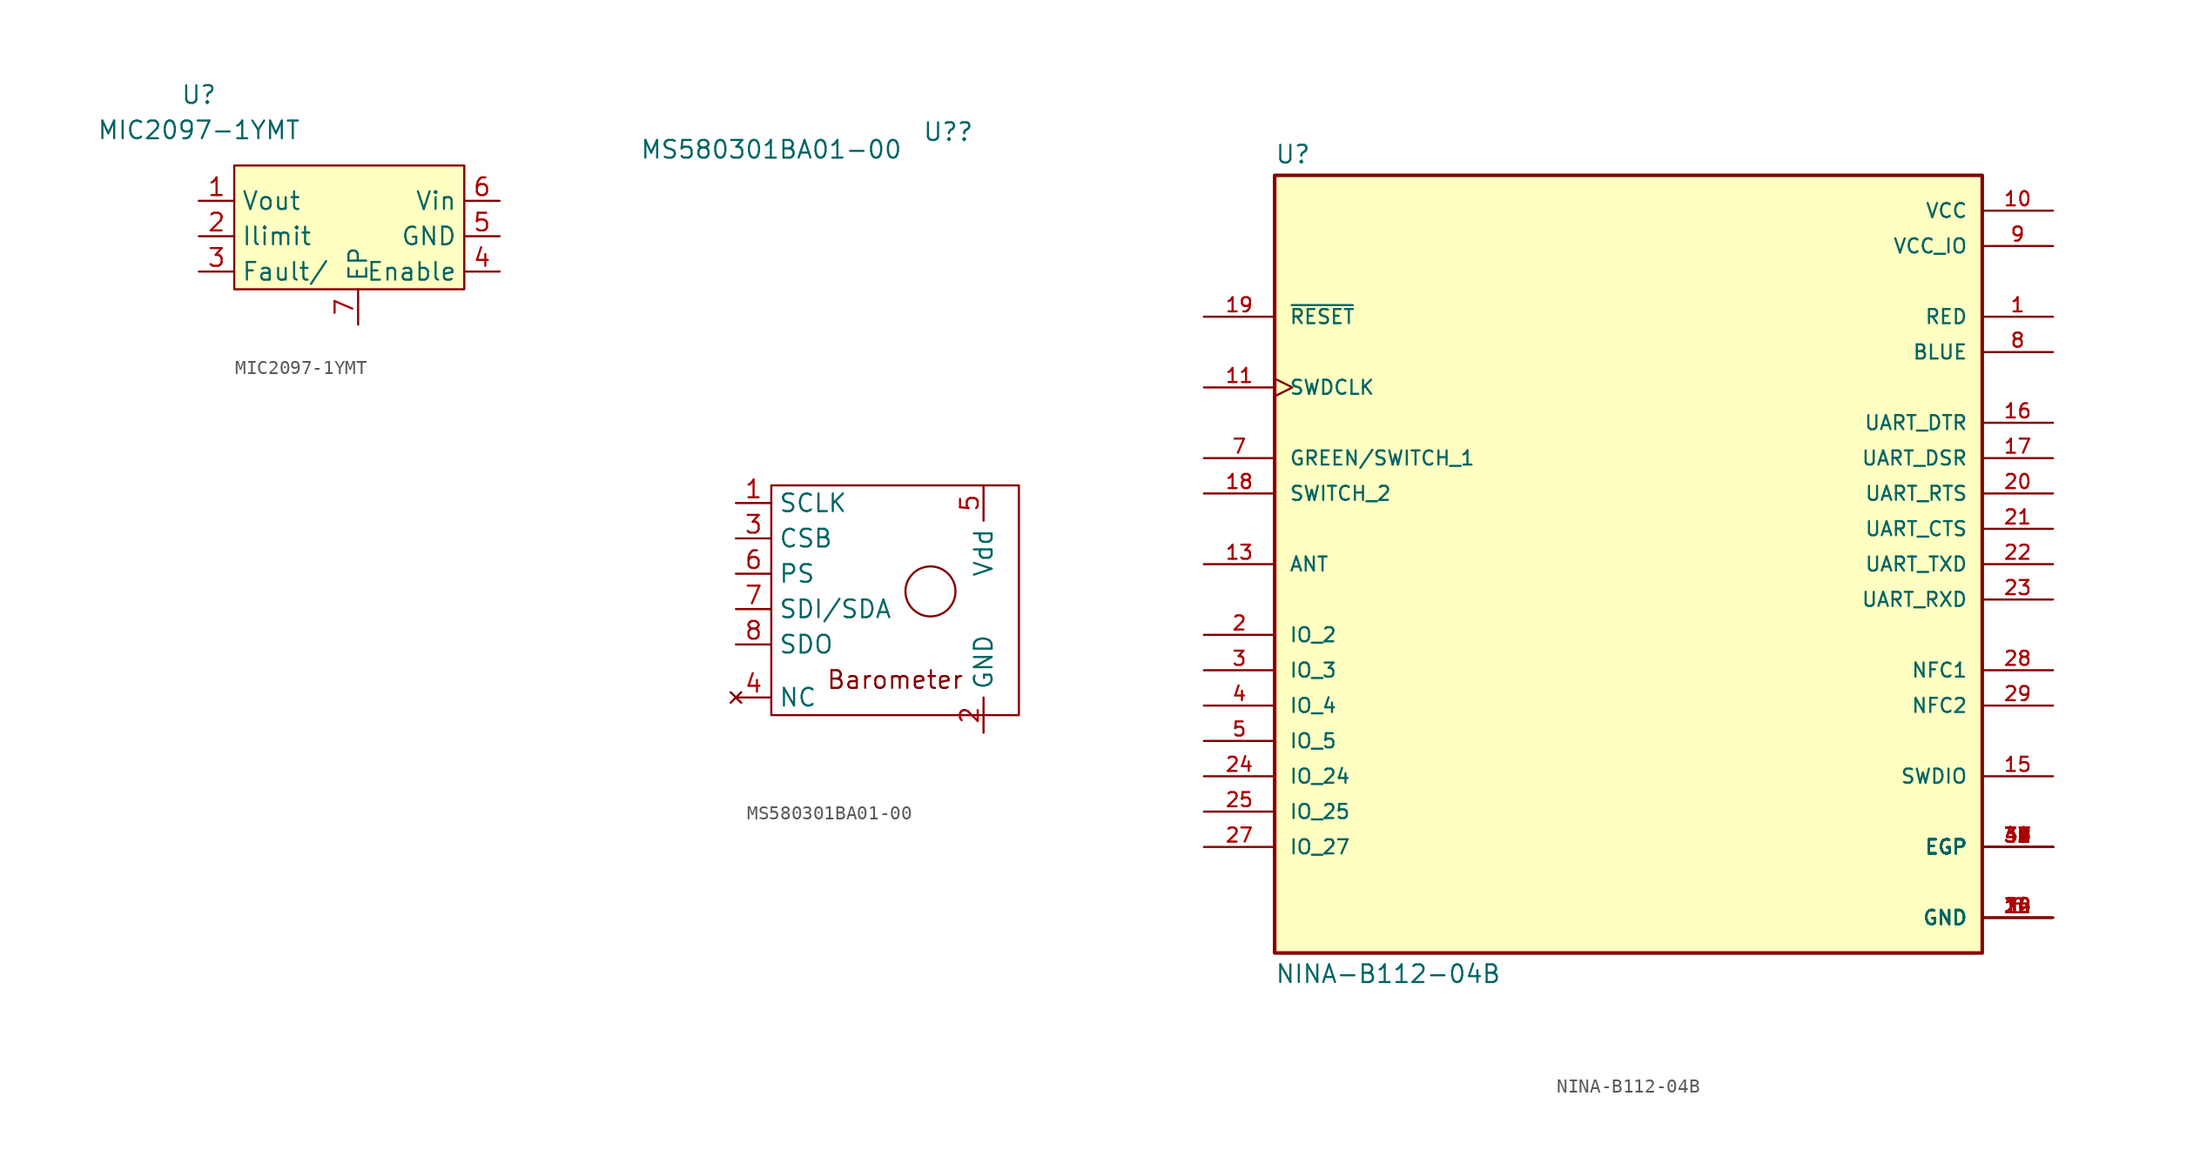
<source format=kicad_sym>
(kicad_symbol_lib
  (version 20220914)
  (generator kicad_symbol_editor)
  (symbol "MIC2097-1YMT"
    (property "Reference" "U"
      (at 0 7.62 0)
      (effects (font (size 1.27 1.27))))
    (property "Value" "MIC2097-1YMT"
      (at 0 5.08 0)
      (effects (font (size 1.27 1.27))))
    (symbol "MIC2097-1YMT_0_1"
      (rectangle (start 2.54 2.54) (end 19.05 -6.35) (stroke (width 0) (type default)) (fill (type background))))
    (symbol "MIC2097-1YMT_1_1"
      (pin input line (at 0 0 0) (length 2.54) (name "Vout" (effects (font (size 1.27 1.27)))) (number "1" (effects (font (size 1.27 1.27)))))
      (pin input line (at 0 -2.54 0) (length 2.54) (name "Ilimit" (effects (font (size 1.27 1.27)))) (number "2" (effects (font (size 1.27 1.27)))))
      (pin input line (at 0 -5.08 0) (length 2.54) (name "Fault/" (effects (font (size 1.27 1.27)))) (number "3" (effects (font (size 1.27 1.27)))))
      (pin input line (at 21.59 -5.08 180) (length 2.54) (name "Enable" (effects (font (size 1.27 1.27)))) (number "4" (effects (font (size 1.27 1.27)))))
      (pin input line (at 21.59 -2.54 180) (length 2.54) (name "GND" (effects (font (size 1.27 1.27)))) (number "5" (effects (font (size 1.27 1.27)))))
      (pin input line (at 21.59 0 180) (length 2.54) (name "Vin" (effects (font (size 1.27 1.27)))) (number "6" (effects (font (size 1.27 1.27)))))
      (pin input line (at 11.43 -8.89 90) (length 2.54) (name "EP" (effects (font (size 1.27 1.27)))) (number "7" (effects (font (size 1.27 1.27)))))))
  (symbol "MS580301BA01-00"
    (property "Reference" "U?"
      (at 12.7 25.4 0)
      (effects (font (size 1.27 1.27))))
    (property "Value" "MS580301BA01-00"
      (at 0 24.13 0)
      (effects (font (size 1.27 1.27))))
    (symbol "MS580301BA01-00_0_0"
      (text "Barometer" (at 8.89 -13.97 0) (effects (font (size 1.27 1.27)))))
    (symbol "MS580301BA01-00_0_1"
      (rectangle (start 0 0) (end 17.78 -16.51) (stroke (width 0) (type default)) (fill (type none)))
      (circle (center 11.43 -7.62) (radius 1.796) (stroke (width 0) (type default)) (fill (type none))))
    (symbol "MS580301BA01-00_1_1"
      (pin input line (at -2.54 -1.27 0) (length 2.54) (name "SCLK" (effects (font (size 1.27 1.27)))) (number "1" (effects (font (size 1.27 1.27)))))
      (pin power_out line (at 15.24 -17.78 90) (length 2.54) (name "GND" (effects (font (size 1.27 1.27)))) (number "2" (effects (font (size 1.27 1.27)))))
      (pin input line (at -2.54 -3.81 0) (length 2.54) (name "CSB" (effects (font (size 1.27 1.27)))) (number "3" (effects (font (size 1.27 1.27)))))
      (pin no_connect line (at -2.54 -15.24 0) (length 2.54) (name "NC" (effects (font (size 1.27 1.27)))) (number "4" (effects (font (size 1.27 1.27)))))
      (pin power_in line (at 15.24 0 270) (length 2.54) (name "Vdd" (effects (font (size 1.27 1.27)))) (number "5" (effects (font (size 1.27 1.27)))))
      (pin input line (at -2.54 -6.35 0) (length 2.54) (name "PS" (effects (font (size 1.27 1.27)))) (number "6" (effects (font (size 1.27 1.27)))))
      (pin input line (at -2.54 -8.89 0) (length 2.54) (name "SDI/SDA" (effects (font (size 1.27 1.27)))) (number "7" (effects (font (size 1.27 1.27)))))
      (pin output line (at -2.54 -11.43 0) (length 2.54) (name "SDO" (effects (font (size 1.27 1.27)))) (number "8" (effects (font (size 1.27 1.27)))))))
  (symbol "NINA-B112-04B"
    (pin_names
      (offset 1.016))
    (property "Reference" "U"
      (at -25.4 28.702 0)
      (effects (font (size 1.27 1.27)) (justify left bottom)))
    (property "Value" "NINA-B112-04B"
      (at -25.4 -28.702 0)
      (effects (font (size 1.27 1.27)) (justify left top)))
    (symbol "NINA-B112-04B_0_0"
      (rectangle (start -25.4 -27.94) (end 25.4 27.94) (stroke (width 0.254) (type default)) (fill (type background)))
      (pin output line (at 30.48 17.78 180) (length 5.08) (name "RED" (effects (font (size 1.016 1.016)))) (number "1" (effects (font (size 1.016 1.016)))))
      (pin power_in line (at 30.48 25.4 180) (length 5.08) (name "VCC" (effects (font (size 1.016 1.016)))) (number "10" (effects (font (size 1.016 1.016)))))
      (pin input clock (at -30.48 12.7 0) (length 5.08) (name "SWDCLK" (effects (font (size 1.016 1.016)))) (number "11" (effects (font (size 1.016 1.016)))))
      (pin power_in line (at 30.48 -25.4 180) (length 5.08) (name "GND" (effects (font (size 1.016 1.016)))) (number "12" (effects (font (size 1.016 1.016)))))
      (pin bidirectional line (at -30.48 0 0) (length 5.08) (name "ANT" (effects (font (size 1.016 1.016)))) (number "13" (effects (font (size 1.016 1.016)))))
      (pin power_in line (at 30.48 -25.4 180) (length 5.08) (name "GND" (effects (font (size 1.016 1.016)))) (number "14" (effects (font (size 1.016 1.016)))))
      (pin bidirectional line (at 30.48 -15.24 180) (length 5.08) (name "SWDIO" (effects (font (size 1.016 1.016)))) (number "15" (effects (font (size 1.016 1.016)))))
      (pin output line (at 30.48 10.16 180) (length 5.08) (name "UART_DTR" (effects (font (size 1.016 1.016)))) (number "16" (effects (font (size 1.016 1.016)))))
      (pin input line (at 30.48 7.62 180) (length 5.08) (name "UART_DSR" (effects (font (size 1.016 1.016)))) (number "17" (effects (font (size 1.016 1.016)))))
      (pin input line (at -30.48 5.08 0) (length 5.08) (name "SWITCH_2" (effects (font (size 1.016 1.016)))) (number "18" (effects (font (size 1.016 1.016)))))
      (pin input line (at -30.48 17.78 0) (length 5.08) (name "~{RESET}" (effects (font (size 1.016 1.016)))) (number "19" (effects (font (size 1.016 1.016)))))
      (pin bidirectional line (at -30.48 -5.08 0) (length 5.08) (name "IO_2" (effects (font (size 1.016 1.016)))) (number "2" (effects (font (size 1.016 1.016)))))
      (pin output line (at 30.48 5.08 180) (length 5.08) (name "UART_RTS" (effects (font (size 1.016 1.016)))) (number "20" (effects (font (size 1.016 1.016)))))
      (pin input line (at 30.48 2.54 180) (length 5.08) (name "UART_CTS" (effects (font (size 1.016 1.016)))) (number "21" (effects (font (size 1.016 1.016)))))
      (pin output line (at 30.48 0 180) (length 5.08) (name "UART_TXD" (effects (font (size 1.016 1.016)))) (number "22" (effects (font (size 1.016 1.016)))))
      (pin input line (at 30.48 -2.54 180) (length 5.08) (name "UART_RXD" (effects (font (size 1.016 1.016)))) (number "23" (effects (font (size 1.016 1.016)))))
      (pin bidirectional line (at -30.48 -15.24 0) (length 5.08) (name "IO_24" (effects (font (size 1.016 1.016)))) (number "24" (effects (font (size 1.016 1.016)))))
      (pin bidirectional line (at -30.48 -17.78 0) (length 5.08) (name "IO_25" (effects (font (size 1.016 1.016)))) (number "25" (effects (font (size 1.016 1.016)))))
      (pin power_in line (at 30.48 -25.4 180) (length 5.08) (name "GND" (effects (font (size 1.016 1.016)))) (number "26" (effects (font (size 1.016 1.016)))))
      (pin bidirectional line (at -30.48 -20.32 0) (length 5.08) (name "IO_27" (effects (font (size 1.016 1.016)))) (number "27" (effects (font (size 1.016 1.016)))))
      (pin bidirectional line (at 30.48 -7.62 180) (length 5.08) (name "NFC1" (effects (font (size 1.016 1.016)))) (number "28" (effects (font (size 1.016 1.016)))))
      (pin bidirectional line (at 30.48 -10.16 180) (length 5.08) (name "NFC2" (effects (font (size 1.016 1.016)))) (number "29" (effects (font (size 1.016 1.016)))))
      (pin bidirectional line (at -30.48 -7.62 0) (length 5.08) (name "IO_3" (effects (font (size 1.016 1.016)))) (number "3" (effects (font (size 1.016 1.016)))))
      (pin power_in line (at 30.48 -25.4 180) (length 5.08) (name "GND" (effects (font (size 1.016 1.016)))) (number "30" (effects (font (size 1.016 1.016)))))
      (pin passive line (at 30.48 -20.32 180) (length 5.08) (name "EGP" (effects (font (size 1.016 1.016)))) (number "31" (effects (font (size 1.016 1.016)))))
      (pin passive line (at 30.48 -20.32 180) (length 5.08) (name "EGP" (effects (font (size 1.016 1.016)))) (number "32" (effects (font (size 1.016 1.016)))))
      (pin passive line (at 30.48 -20.32 180) (length 5.08) (name "EGP" (effects (font (size 1.016 1.016)))) (number "33" (effects (font (size 1.016 1.016)))))
      (pin passive line (at 30.48 -20.32 180) (length 5.08) (name "EGP" (effects (font (size 1.016 1.016)))) (number "34" (effects (font (size 1.016 1.016)))))
      (pin passive line (at 30.48 -20.32 180) (length 5.08) (name "EGP" (effects (font (size 1.016 1.016)))) (number "35" (effects (font (size 1.016 1.016)))))
      (pin passive line (at 30.48 -20.32 180) (length 5.08) (name "EGP" (effects (font (size 1.016 1.016)))) (number "36" (effects (font (size 1.016 1.016)))))
      (pin passive line (at 30.48 -20.32 180) (length 5.08) (name "EGP" (effects (font (size 1.016 1.016)))) (number "37" (effects (font (size 1.016 1.016)))))
      (pin passive line (at 30.48 -20.32 180) (length 5.08) (name "EGP" (effects (font (size 1.016 1.016)))) (number "38" (effects (font (size 1.016 1.016)))))
      (pin passive line (at 30.48 -20.32 180) (length 5.08) (name "EGP" (effects (font (size 1.016 1.016)))) (number "39" (effects (font (size 1.016 1.016)))))
      (pin bidirectional line (at -30.48 -10.16 0) (length 5.08) (name "IO_4" (effects (font (size 1.016 1.016)))) (number "4" (effects (font (size 1.016 1.016)))))
      (pin passive line (at 30.48 -20.32 180) (length 5.08) (name "EGP" (effects (font (size 1.016 1.016)))) (number "40" (effects (font (size 1.016 1.016)))))
      (pin passive line (at 30.48 -20.32 180) (length 5.08) (name "EGP" (effects (font (size 1.016 1.016)))) (number "41" (effects (font (size 1.016 1.016)))))
      (pin passive line (at 30.48 -20.32 180) (length 5.08) (name "EGP" (effects (font (size 1.016 1.016)))) (number "42" (effects (font (size 1.016 1.016)))))
      (pin bidirectional line (at -30.48 -12.7 0) (length 5.08) (name "IO_5" (effects (font (size 1.016 1.016)))) (number "5" (effects (font (size 1.016 1.016)))))
      (pin power_in line (at 30.48 -25.4 180) (length 5.08) (name "GND" (effects (font (size 1.016 1.016)))) (number "6" (effects (font (size 1.016 1.016)))))
      (pin bidirectional line (at -30.48 7.62 0) (length 5.08) (name "GREEN/SWITCH_1" (effects (font (size 1.016 1.016)))) (number "7" (effects (font (size 1.016 1.016)))))
      (pin output line (at 30.48 15.24 180) (length 5.08) (name "BLUE" (effects (font (size 1.016 1.016)))) (number "8" (effects (font (size 1.016 1.016)))))
      (pin power_in line (at 30.48 22.86 180) (length 5.08) (name "VCC_IO" (effects (font (size 1.016 1.016)))) (number "9" (effects (font (size 1.016 1.016))))))))
</source>
